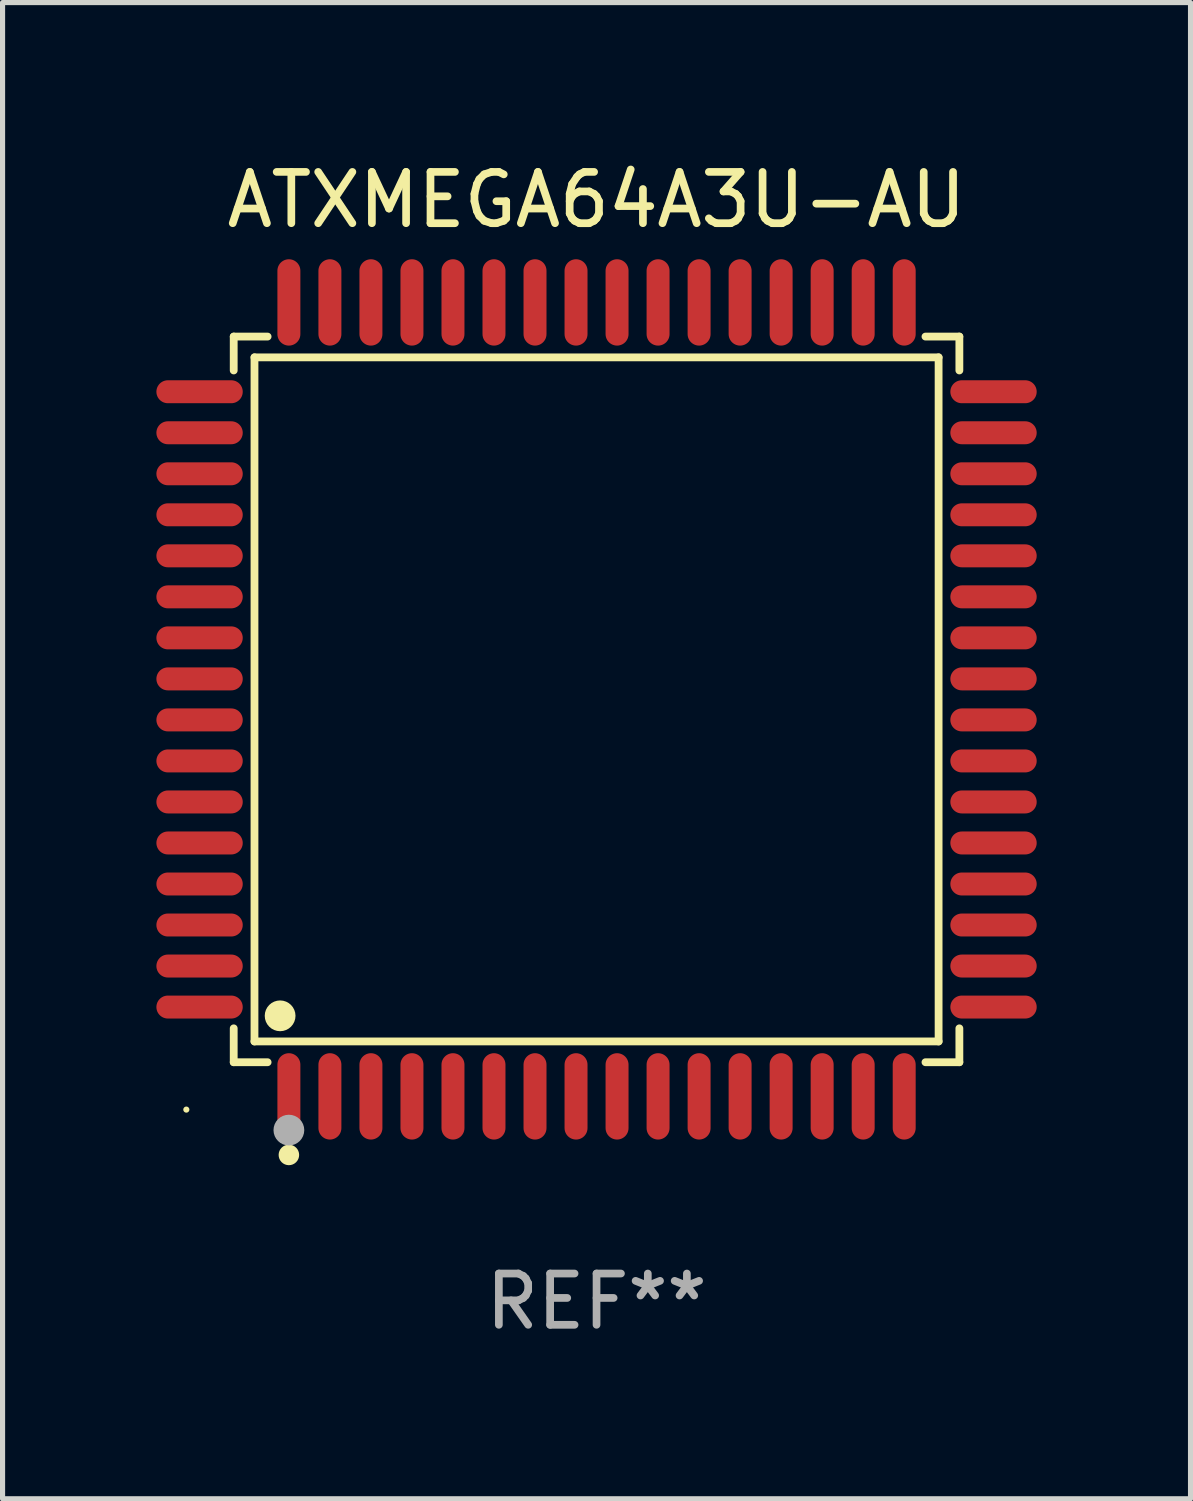
<source format=kicad_pcb>
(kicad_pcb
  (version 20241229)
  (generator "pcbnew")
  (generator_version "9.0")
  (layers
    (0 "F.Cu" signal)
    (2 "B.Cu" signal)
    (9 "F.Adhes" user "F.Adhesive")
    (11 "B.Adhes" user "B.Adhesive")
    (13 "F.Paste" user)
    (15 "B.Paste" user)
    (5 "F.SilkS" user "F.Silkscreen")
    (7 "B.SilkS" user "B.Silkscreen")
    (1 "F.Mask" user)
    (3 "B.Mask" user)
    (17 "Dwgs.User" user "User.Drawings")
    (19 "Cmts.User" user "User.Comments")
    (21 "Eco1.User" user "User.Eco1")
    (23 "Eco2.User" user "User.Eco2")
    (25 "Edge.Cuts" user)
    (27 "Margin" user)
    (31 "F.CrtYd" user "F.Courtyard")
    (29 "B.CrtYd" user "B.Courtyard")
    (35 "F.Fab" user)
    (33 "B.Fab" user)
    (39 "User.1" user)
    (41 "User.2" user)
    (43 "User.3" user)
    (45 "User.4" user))
  (footprint "ATXMEGA64A3U-AU"
    (layer "F.Cu")
    (at 8.584 10.59)
    (property "Reference" "ATXMEGA64A3U-AU" (at 0 -9.742 0) (layer "F.SilkS") (effects (font (size 1 1) (thickness 0.15))))
    (attr through_hole)
    (fp_line (start -7.076 -7.076) (end -6.415 -7.076) (stroke (width 0.152) (type solid)) (layer "F.SilkS"))
    (fp_line (start -7.076 -6.415) (end -7.076 -7.076) (stroke (width 0.152) (type solid)) (layer "F.SilkS"))
    (fp_line (start -7.076 6.415) (end -7.076 7.076) (stroke (width 0.152) (type solid)) (layer "F.SilkS"))
    (fp_line (start -7.076 7.076) (end -6.415 7.076) (stroke (width 0.152) (type solid)) (layer "F.SilkS"))
    (fp_line (start -6.671 -6.671) (end 6.671 -6.671) (stroke (width 0.152) (type solid)) (layer "F.SilkS"))
    (fp_line (start -6.671 6.671) (end -6.671 -6.671) (stroke (width 0.152) (type solid)) (layer "F.SilkS"))
    (fp_line (start 6.671 -6.671) (end 6.671 6.671) (stroke (width 0.152) (type solid)) (layer "F.SilkS"))
    (fp_line (start 6.671 6.671) (end -6.671 6.671) (stroke (width 0.152) (type solid)) (layer "F.SilkS"))
    (fp_line (start 7.076 -7.076) (end 6.415 -7.076) (stroke (width 0.152) (type solid)) (layer "F.SilkS"))
    (fp_line (start 7.076 -6.415) (end 7.076 -7.076) (stroke (width 0.152) (type solid)) (layer "F.SilkS"))
    (fp_line (start 7.076 6.415) (end 7.076 7.076) (stroke (width 0.152) (type solid)) (layer "F.SilkS"))
    (fp_line (start 7.076 7.076) (end 6.415 7.076) (stroke (width 0.152) (type solid)) (layer "F.SilkS"))
    (fp_circle (center -8 8) (end -7.97 8) (stroke (width 0.06) (type solid)) (fill no) (layer "F.SilkS"))
    (fp_circle (center -6.171 6.171) (end -6.021 6.171) (stroke (width 0.3) (type solid)) (fill no) (layer "F.SilkS"))
    (fp_circle (center -6 8.884) (end -5.9 8.884) (stroke (width 0.2) (type solid)) (fill no) (layer "F.SilkS"))
    (fp_circle (center -6 8.4) (end -5.85 8.4) (stroke (width 0.3) (type solid)) (fill no) (layer "F.Fab"))
    (fp_text user "REF**" (at 0 11.742 0) (layer "F.Fab") (effects (font (size 1 1) (thickness 0.15))))
    (pad "1" smd oval (at -6 7.742) (size 0.448 1.684) (layers "F.Cu" "F.Mask" "F.Paste"))
    (pad "2" smd oval (at -5.2 7.742) (size 0.448 1.684) (layers "F.Cu" "F.Mask" "F.Paste"))
    (pad "3" smd oval (at -4.4 7.742) (size 0.448 1.684) (layers "F.Cu" "F.Mask" "F.Paste"))
    (pad "4" smd oval (at -3.6 7.742) (size 0.448 1.684) (layers "F.Cu" "F.Mask" "F.Paste"))
    (pad "5" smd oval (at -2.8 7.742) (size 0.448 1.684) (layers "F.Cu" "F.Mask" "F.Paste"))
    (pad "6" smd oval (at -2 7.742) (size 0.448 1.684) (layers "F.Cu" "F.Mask" "F.Paste"))
    (pad "7" smd oval (at -1.2 7.742) (size 0.448 1.684) (layers "F.Cu" "F.Mask" "F.Paste"))
    (pad "8" smd oval (at -0.4 7.742) (size 0.448 1.684) (layers "F.Cu" "F.Mask" "F.Paste"))
    (pad "9" smd oval (at 0.4 7.742) (size 0.448 1.684) (layers "F.Cu" "F.Mask" "F.Paste"))
    (pad "10" smd oval (at 1.2 7.742) (size 0.448 1.684) (layers "F.Cu" "F.Mask" "F.Paste"))
    (pad "11" smd oval (at 2 7.742) (size 0.448 1.684) (layers "F.Cu" "F.Mask" "F.Paste"))
    (pad "12" smd oval (at 2.8 7.742) (size 0.448 1.684) (layers "F.Cu" "F.Mask" "F.Paste"))
    (pad "13" smd oval (at 3.6 7.742) (size 0.448 1.684) (layers "F.Cu" "F.Mask" "F.Paste"))
    (pad "14" smd oval (at 4.4 7.742) (size 0.448 1.684) (layers "F.Cu" "F.Mask" "F.Paste"))
    (pad "15" smd oval (at 5.2 7.742) (size 0.448 1.684) (layers "F.Cu" "F.Mask" "F.Paste"))
    (pad "16" smd oval (at 6 7.742) (size 0.448 1.684) (layers "F.Cu" "F.Mask" "F.Paste"))
    (pad "17" smd oval (at 7.742 6) (size 1.684 0.448) (layers "F.Cu" "F.Mask" "F.Paste"))
    (pad "18" smd oval (at 7.742 5.2) (size 1.684 0.448) (layers "F.Cu" "F.Mask" "F.Paste"))
    (pad "19" smd oval (at 7.742 4.4) (size 1.684 0.448) (layers "F.Cu" "F.Mask" "F.Paste"))
    (pad "20" smd oval (at 7.742 3.6) (size 1.684 0.448) (layers "F.Cu" "F.Mask" "F.Paste"))
    (pad "21" smd oval (at 7.742 2.8) (size 1.684 0.448) (layers "F.Cu" "F.Mask" "F.Paste"))
    (pad "22" smd oval (at 7.742 2) (size 1.684 0.448) (layers "F.Cu" "F.Mask" "F.Paste"))
    (pad "23" smd oval (at 7.742 1.2) (size 1.684 0.448) (layers "F.Cu" "F.Mask" "F.Paste"))
    (pad "24" smd oval (at 7.742 0.4) (size 1.684 0.448) (layers "F.Cu" "F.Mask" "F.Paste"))
    (pad "25" smd oval (at 7.742 -0.4) (size 1.684 0.448) (layers "F.Cu" "F.Mask" "F.Paste"))
    (pad "26" smd oval (at 7.742 -1.2) (size 1.684 0.448) (layers "F.Cu" "F.Mask" "F.Paste"))
    (pad "27" smd oval (at 7.742 -2) (size 1.684 0.448) (layers "F.Cu" "F.Mask" "F.Paste"))
    (pad "28" smd oval (at 7.742 -2.8) (size 1.684 0.448) (layers "F.Cu" "F.Mask" "F.Paste"))
    (pad "29" smd oval (at 7.742 -3.6) (size 1.684 0.448) (layers "F.Cu" "F.Mask" "F.Paste"))
    (pad "30" smd oval (at 7.742 -4.4) (size 1.684 0.448) (layers "F.Cu" "F.Mask" "F.Paste"))
    (pad "31" smd oval (at 7.742 -5.2) (size 1.684 0.448) (layers "F.Cu" "F.Mask" "F.Paste"))
    (pad "32" smd oval (at 7.742 -6) (size 1.684 0.448) (layers "F.Cu" "F.Mask" "F.Paste"))
    (pad "33" smd oval (at 6 -7.742) (size 0.448 1.684) (layers "F.Cu" "F.Mask" "F.Paste"))
    (pad "34" smd oval (at 5.2 -7.742) (size 0.448 1.684) (layers "F.Cu" "F.Mask" "F.Paste"))
    (pad "35" smd oval (at 4.4 -7.742) (size 0.448 1.684) (layers "F.Cu" "F.Mask" "F.Paste"))
    (pad "36" smd oval (at 3.6 -7.742) (size 0.448 1.684) (layers "F.Cu" "F.Mask" "F.Paste"))
    (pad "37" smd oval (at 2.8 -7.742) (size 0.448 1.684) (layers "F.Cu" "F.Mask" "F.Paste"))
    (pad "38" smd oval (at 2 -7.742) (size 0.448 1.684) (layers "F.Cu" "F.Mask" "F.Paste"))
    (pad "39" smd oval (at 1.2 -7.742) (size 0.448 1.684) (layers "F.Cu" "F.Mask" "F.Paste"))
    (pad "40" smd oval (at 0.4 -7.742) (size 0.448 1.684) (layers "F.Cu" "F.Mask" "F.Paste"))
    (pad "41" smd oval (at -0.4 -7.742) (size 0.448 1.684) (layers "F.Cu" "F.Mask" "F.Paste"))
    (pad "42" smd oval (at -1.2 -7.742) (size 0.448 1.684) (layers "F.Cu" "F.Mask" "F.Paste"))
    (pad "43" smd oval (at -2 -7.742) (size 0.448 1.684) (layers "F.Cu" "F.Mask" "F.Paste"))
    (pad "44" smd oval (at -2.8 -7.742) (size 0.448 1.684) (layers "F.Cu" "F.Mask" "F.Paste"))
    (pad "45" smd oval (at -3.6 -7.742) (size 0.448 1.684) (layers "F.Cu" "F.Mask" "F.Paste"))
    (pad "46" smd oval (at -4.4 -7.742) (size 0.448 1.684) (layers "F.Cu" "F.Mask" "F.Paste"))
    (pad "47" smd oval (at -5.2 -7.742) (size 0.448 1.684) (layers "F.Cu" "F.Mask" "F.Paste"))
    (pad "48" smd oval (at -6 -7.742) (size 0.448 1.684) (layers "F.Cu" "F.Mask" "F.Paste"))
    (pad "49" smd oval (at -7.742 -6) (size 1.684 0.448) (layers "F.Cu" "F.Mask" "F.Paste"))
    (pad "50" smd oval (at -7.742 -5.2) (size 1.684 0.448) (layers "F.Cu" "F.Mask" "F.Paste"))
    (pad "51" smd oval (at -7.742 -4.4) (size 1.684 0.448) (layers "F.Cu" "F.Mask" "F.Paste"))
    (pad "52" smd oval (at -7.742 -3.6) (size 1.684 0.448) (layers "F.Cu" "F.Mask" "F.Paste"))
    (pad "53" smd oval (at -7.742 -2.8) (size 1.684 0.448) (layers "F.Cu" "F.Mask" "F.Paste"))
    (pad "54" smd oval (at -7.742 -2) (size 1.684 0.448) (layers "F.Cu" "F.Mask" "F.Paste"))
    (pad "55" smd oval (at -7.742 -1.2) (size 1.684 0.448) (layers "F.Cu" "F.Mask" "F.Paste"))
    (pad "56" smd oval (at -7.742 -0.4) (size 1.684 0.448) (layers "F.Cu" "F.Mask" "F.Paste"))
    (pad "57" smd oval (at -7.742 0.4) (size 1.684 0.448) (layers "F.Cu" "F.Mask" "F.Paste"))
    (pad "58" smd oval (at -7.742 1.2) (size 1.684 0.448) (layers "F.Cu" "F.Mask" "F.Paste"))
    (pad "59" smd oval (at -7.742 2) (size 1.684 0.448) (layers "F.Cu" "F.Mask" "F.Paste"))
    (pad "60" smd oval (at -7.742 2.8) (size 1.684 0.448) (layers "F.Cu" "F.Mask" "F.Paste"))
    (pad "61" smd oval (at -7.742 3.6) (size 1.684 0.448) (layers "F.Cu" "F.Mask" "F.Paste"))
    (pad "62" smd oval (at -7.742 4.4) (size 1.684 0.448) (layers "F.Cu" "F.Mask" "F.Paste"))
    (pad "63" smd oval (at -7.742 5.2) (size 1.684 0.448) (layers "F.Cu" "F.Mask" "F.Paste"))
    (pad "64" smd oval (at -7.742 6) (size 1.684 0.448) (layers "F.Cu" "F.Mask" "F.Paste")))
  (gr_rect
    (start -3 -3)
    (end 20.168 26.18)
    (stroke (width 0.1) (type default))
    (fill no)
    (layer "Edge.Cuts")))
</source>
